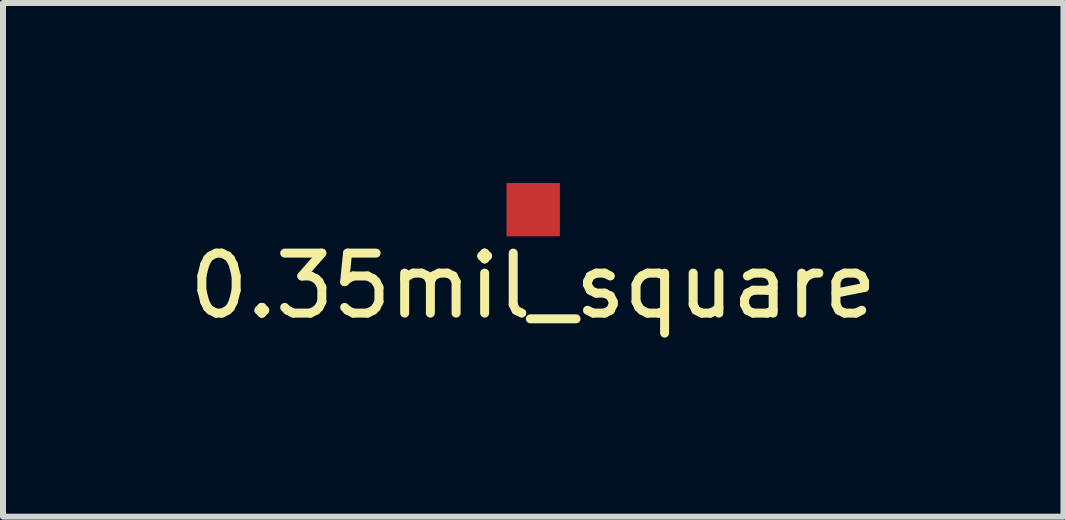
<source format=kicad_pcb>
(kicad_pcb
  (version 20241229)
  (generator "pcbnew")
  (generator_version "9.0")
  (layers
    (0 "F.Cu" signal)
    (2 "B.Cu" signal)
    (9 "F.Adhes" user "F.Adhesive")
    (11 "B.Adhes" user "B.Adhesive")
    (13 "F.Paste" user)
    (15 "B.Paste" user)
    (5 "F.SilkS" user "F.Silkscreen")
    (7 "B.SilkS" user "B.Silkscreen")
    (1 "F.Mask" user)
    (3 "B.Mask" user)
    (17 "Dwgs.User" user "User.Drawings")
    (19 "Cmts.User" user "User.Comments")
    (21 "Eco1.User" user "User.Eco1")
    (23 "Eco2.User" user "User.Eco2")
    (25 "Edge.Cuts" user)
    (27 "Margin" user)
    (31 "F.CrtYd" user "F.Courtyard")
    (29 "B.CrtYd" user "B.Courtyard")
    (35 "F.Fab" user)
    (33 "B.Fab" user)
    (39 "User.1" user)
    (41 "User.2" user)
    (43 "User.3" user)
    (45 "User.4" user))
  (footprint "0.35mil_square"
    (layer "F.Cu")
    (at 5.839 0.445)
    (property "Reference" "0.35mil_square" (at 0 1.27 0) (layer "F.SilkS") (effects (font (size 1 1) (thickness 0.15))))
    (attr through_hole)
    (pad "1" smd rect (at 0 0) (size 0.889 0.889) (layers "F.Cu" "F.Mask" "F.Paste")))
  (gr_rect
    (start -3 -3)
    (end 14.679 5.563)
    (stroke (width 0.1) (type default))
    (fill no)
    (layer "Edge.Cuts")))
</source>
